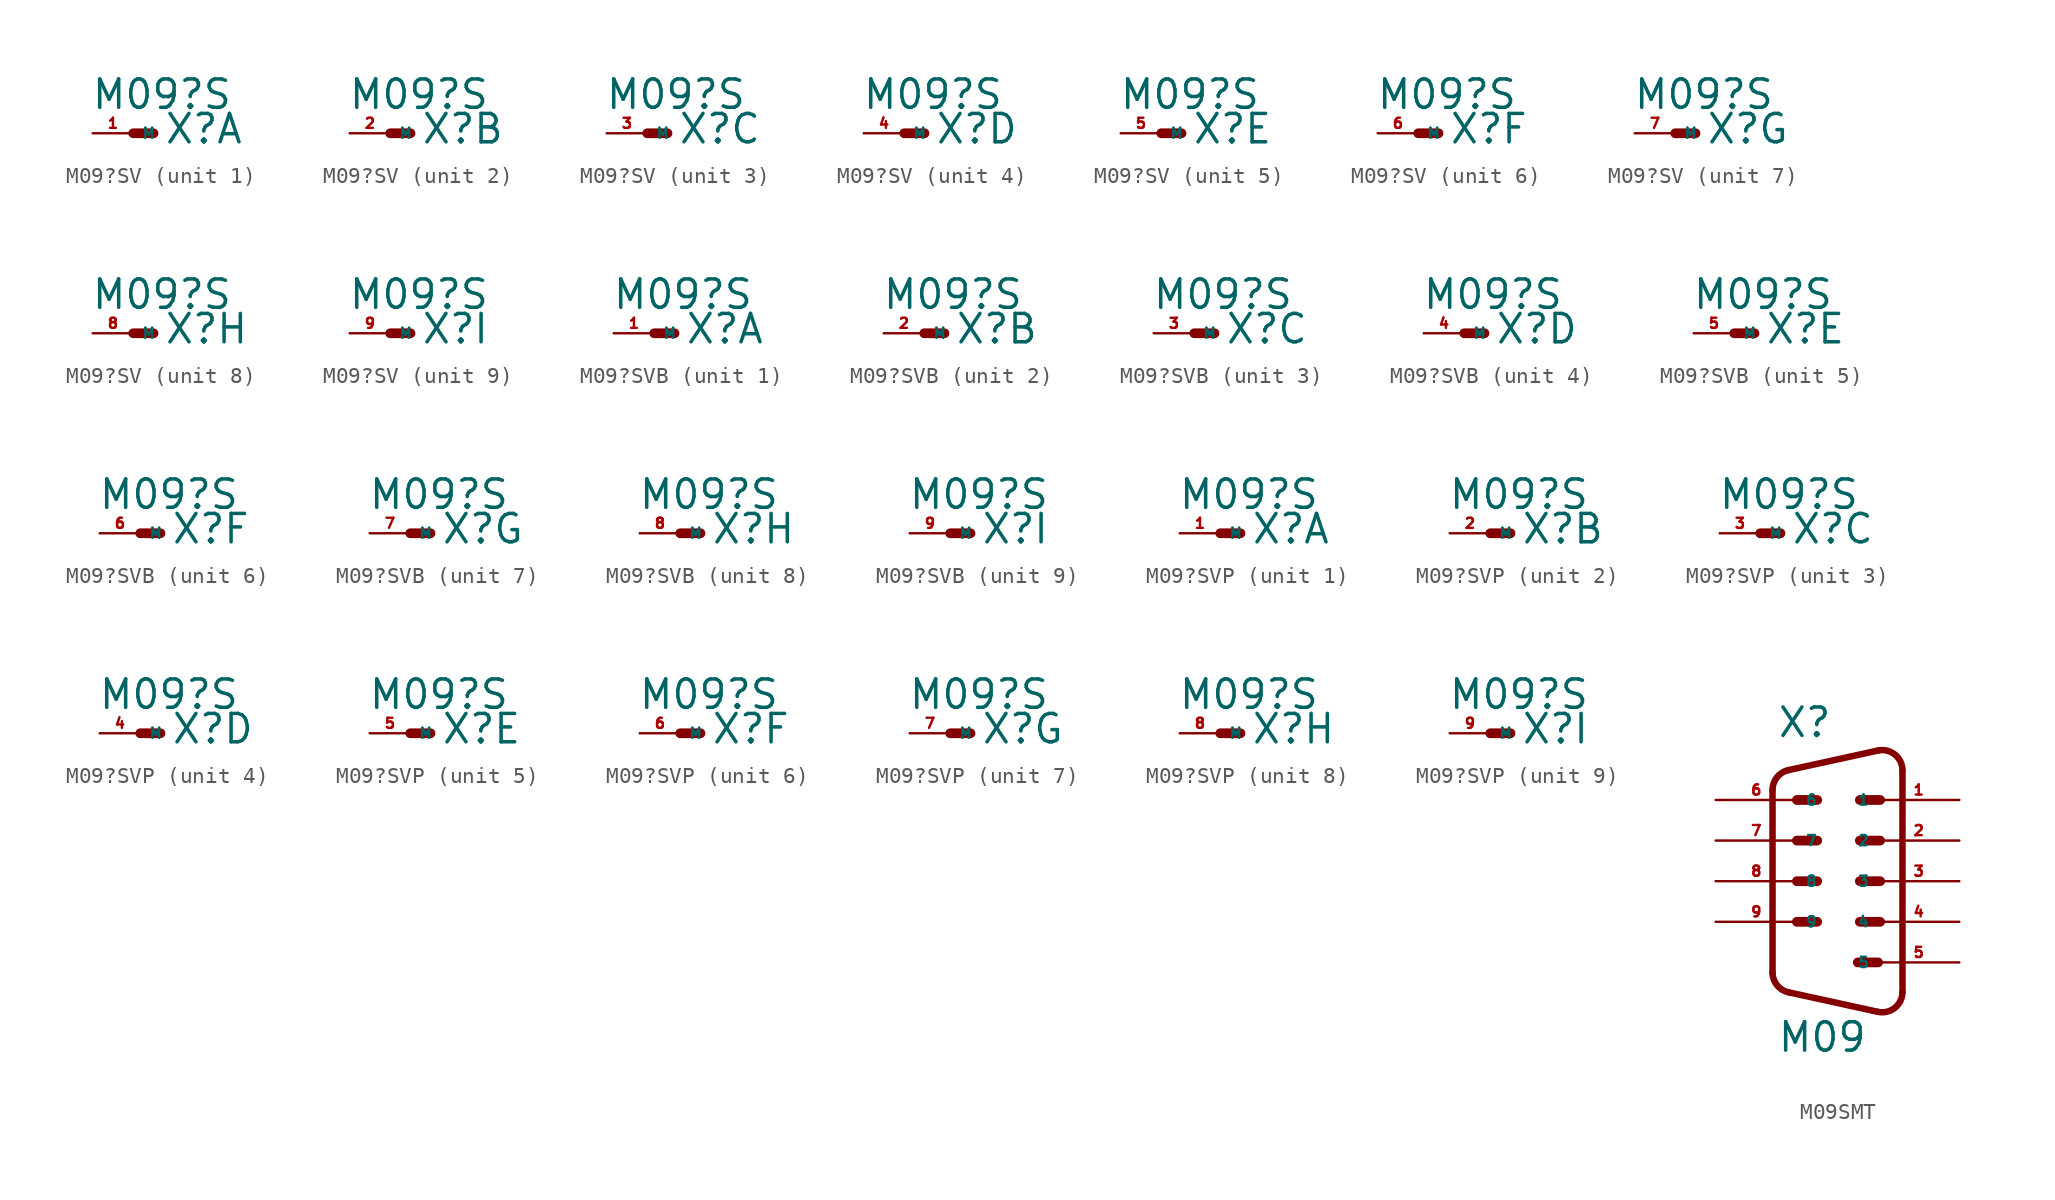
<source format=kicad_sym>
(kicad_symbol_lib
  (version 20220914)
  (generator Eagle2Kicad)
  (symbol "M09?SV"
    (property "Reference" "X"
      (at 1.905 -0.762 0)
      (effects (font (size 1.778 1.778) (thickness 0.22)) (justify left bottom)))
    (property "Value" "M09?S"
      (at -2.667 1.397 0)
      (effects (font (size 1.778 1.778) (thickness 0.22)) (justify left bottom)))
    (symbol "M09?SV_1_0"
      (polyline (pts (xy 0 0) (xy 1.27 0)) (stroke (width 0.61) (type default)) (fill (type none)))
      (pin passive line (at -2.54 0 0) (length 2.54) (name "M" (effects (font (size 0.635 0.635) (thickness 0.08)) (justify left bottom))) (number "1" (effects (font (size 0.635 0.635) (thickness 0.08)) (justify left bottom)))))
    (symbol "M09?SV_2_0"
      (polyline (pts (xy 0 0) (xy 1.27 0)) (stroke (width 0.61) (type default)) (fill (type none)))
      (pin passive line (at -2.54 0 0) (length 2.54) (name "M" (effects (font (size 0.635 0.635) (thickness 0.08)) (justify left bottom))) (number "2" (effects (font (size 0.635 0.635) (thickness 0.08)) (justify left bottom)))))
    (symbol "M09?SV_3_0"
      (polyline (pts (xy 0 0) (xy 1.27 0)) (stroke (width 0.61) (type default)) (fill (type none)))
      (pin passive line (at -2.54 0 0) (length 2.54) (name "M" (effects (font (size 0.635 0.635) (thickness 0.08)) (justify left bottom))) (number "3" (effects (font (size 0.635 0.635) (thickness 0.08)) (justify left bottom)))))
    (symbol "M09?SV_4_0"
      (polyline (pts (xy 0 0) (xy 1.27 0)) (stroke (width 0.61) (type default)) (fill (type none)))
      (pin passive line (at -2.54 0 0) (length 2.54) (name "M" (effects (font (size 0.635 0.635) (thickness 0.08)) (justify left bottom))) (number "4" (effects (font (size 0.635 0.635) (thickness 0.08)) (justify left bottom)))))
    (symbol "M09?SV_5_0"
      (polyline (pts (xy 0 0) (xy 1.27 0)) (stroke (width 0.61) (type default)) (fill (type none)))
      (pin passive line (at -2.54 0 0) (length 2.54) (name "M" (effects (font (size 0.635 0.635) (thickness 0.08)) (justify left bottom))) (number "5" (effects (font (size 0.635 0.635) (thickness 0.08)) (justify left bottom)))))
    (symbol "M09?SV_6_0"
      (polyline (pts (xy 0 0) (xy 1.27 0)) (stroke (width 0.61) (type default)) (fill (type none)))
      (pin passive line (at -2.54 0 0) (length 2.54) (name "M" (effects (font (size 0.635 0.635) (thickness 0.08)) (justify left bottom))) (number "6" (effects (font (size 0.635 0.635) (thickness 0.08)) (justify left bottom)))))
    (symbol "M09?SV_7_0"
      (polyline (pts (xy 0 0) (xy 1.27 0)) (stroke (width 0.61) (type default)) (fill (type none)))
      (pin passive line (at -2.54 0 0) (length 2.54) (name "M" (effects (font (size 0.635 0.635) (thickness 0.08)) (justify left bottom))) (number "7" (effects (font (size 0.635 0.635) (thickness 0.08)) (justify left bottom)))))
    (symbol "M09?SV_8_0"
      (polyline (pts (xy 0 0) (xy 1.27 0)) (stroke (width 0.61) (type default)) (fill (type none)))
      (pin passive line (at -2.54 0 0) (length 2.54) (name "M" (effects (font (size 0.635 0.635) (thickness 0.08)) (justify left bottom))) (number "8" (effects (font (size 0.635 0.635) (thickness 0.08)) (justify left bottom)))))
    (symbol "M09?SV_9_0"
      (polyline (pts (xy 0 0) (xy 1.27 0)) (stroke (width 0.61) (type default)) (fill (type none)))
      (pin passive line (at -2.54 0 0) (length 2.54) (name "M" (effects (font (size 0.635 0.635) (thickness 0.08)) (justify left bottom))) (number "9" (effects (font (size 0.635 0.635) (thickness 0.08)) (justify left bottom))))))
  (symbol "M09?SVB"
    (property "Reference" "X"
      (at 1.905 -0.762 0)
      (effects (font (size 1.778 1.778) (thickness 0.22)) (justify left bottom)))
    (property "Value" "M09?S"
      (at -2.667 1.397 0)
      (effects (font (size 1.778 1.778) (thickness 0.22)) (justify left bottom)))
    (symbol "M09?SVB_1_0"
      (polyline (pts (xy 0 0) (xy 1.27 0)) (stroke (width 0.61) (type default)) (fill (type none)))
      (pin passive line (at -2.54 0 0) (length 2.54) (name "M" (effects (font (size 0.635 0.635) (thickness 0.08)) (justify left bottom))) (number "1" (effects (font (size 0.635 0.635) (thickness 0.08)) (justify left bottom)))))
    (symbol "M09?SVB_2_0"
      (polyline (pts (xy 0 0) (xy 1.27 0)) (stroke (width 0.61) (type default)) (fill (type none)))
      (pin passive line (at -2.54 0 0) (length 2.54) (name "M" (effects (font (size 0.635 0.635) (thickness 0.08)) (justify left bottom))) (number "2" (effects (font (size 0.635 0.635) (thickness 0.08)) (justify left bottom)))))
    (symbol "M09?SVB_3_0"
      (polyline (pts (xy 0 0) (xy 1.27 0)) (stroke (width 0.61) (type default)) (fill (type none)))
      (pin passive line (at -2.54 0 0) (length 2.54) (name "M" (effects (font (size 0.635 0.635) (thickness 0.08)) (justify left bottom))) (number "3" (effects (font (size 0.635 0.635) (thickness 0.08)) (justify left bottom)))))
    (symbol "M09?SVB_4_0"
      (polyline (pts (xy 0 0) (xy 1.27 0)) (stroke (width 0.61) (type default)) (fill (type none)))
      (pin passive line (at -2.54 0 0) (length 2.54) (name "M" (effects (font (size 0.635 0.635) (thickness 0.08)) (justify left bottom))) (number "4" (effects (font (size 0.635 0.635) (thickness 0.08)) (justify left bottom)))))
    (symbol "M09?SVB_5_0"
      (polyline (pts (xy 0 0) (xy 1.27 0)) (stroke (width 0.61) (type default)) (fill (type none)))
      (pin passive line (at -2.54 0 0) (length 2.54) (name "M" (effects (font (size 0.635 0.635) (thickness 0.08)) (justify left bottom))) (number "5" (effects (font (size 0.635 0.635) (thickness 0.08)) (justify left bottom)))))
    (symbol "M09?SVB_6_0"
      (polyline (pts (xy 0 0) (xy 1.27 0)) (stroke (width 0.61) (type default)) (fill (type none)))
      (pin passive line (at -2.54 0 0) (length 2.54) (name "M" (effects (font (size 0.635 0.635) (thickness 0.08)) (justify left bottom))) (number "6" (effects (font (size 0.635 0.635) (thickness 0.08)) (justify left bottom)))))
    (symbol "M09?SVB_7_0"
      (polyline (pts (xy 0 0) (xy 1.27 0)) (stroke (width 0.61) (type default)) (fill (type none)))
      (pin passive line (at -2.54 0 0) (length 2.54) (name "M" (effects (font (size 0.635 0.635) (thickness 0.08)) (justify left bottom))) (number "7" (effects (font (size 0.635 0.635) (thickness 0.08)) (justify left bottom)))))
    (symbol "M09?SVB_8_0"
      (polyline (pts (xy 0 0) (xy 1.27 0)) (stroke (width 0.61) (type default)) (fill (type none)))
      (pin passive line (at -2.54 0 0) (length 2.54) (name "M" (effects (font (size 0.635 0.635) (thickness 0.08)) (justify left bottom))) (number "8" (effects (font (size 0.635 0.635) (thickness 0.08)) (justify left bottom)))))
    (symbol "M09?SVB_9_0"
      (polyline (pts (xy 0 0) (xy 1.27 0)) (stroke (width 0.61) (type default)) (fill (type none)))
      (pin passive line (at -2.54 0 0) (length 2.54) (name "M" (effects (font (size 0.635 0.635) (thickness 0.08)) (justify left bottom))) (number "9" (effects (font (size 0.635 0.635) (thickness 0.08)) (justify left bottom))))))
  (symbol "M09?SVP"
    (property "Reference" "X"
      (at 1.905 -0.762 0)
      (effects (font (size 1.778 1.778) (thickness 0.22)) (justify left bottom)))
    (property "Value" "M09?S"
      (at -2.667 1.397 0)
      (effects (font (size 1.778 1.778) (thickness 0.22)) (justify left bottom)))
    (symbol "M09?SVP_1_0"
      (polyline (pts (xy 0 0) (xy 1.27 0)) (stroke (width 0.61) (type default)) (fill (type none)))
      (pin passive line (at -2.54 0 0) (length 2.54) (name "M" (effects (font (size 0.635 0.635) (thickness 0.08)) (justify left bottom))) (number "1" (effects (font (size 0.635 0.635) (thickness 0.08)) (justify left bottom)))))
    (symbol "M09?SVP_2_0"
      (polyline (pts (xy 0 0) (xy 1.27 0)) (stroke (width 0.61) (type default)) (fill (type none)))
      (pin passive line (at -2.54 0 0) (length 2.54) (name "M" (effects (font (size 0.635 0.635) (thickness 0.08)) (justify left bottom))) (number "2" (effects (font (size 0.635 0.635) (thickness 0.08)) (justify left bottom)))))
    (symbol "M09?SVP_3_0"
      (polyline (pts (xy 0 0) (xy 1.27 0)) (stroke (width 0.61) (type default)) (fill (type none)))
      (pin passive line (at -2.54 0 0) (length 2.54) (name "M" (effects (font (size 0.635 0.635) (thickness 0.08)) (justify left bottom))) (number "3" (effects (font (size 0.635 0.635) (thickness 0.08)) (justify left bottom)))))
    (symbol "M09?SVP_4_0"
      (polyline (pts (xy 0 0) (xy 1.27 0)) (stroke (width 0.61) (type default)) (fill (type none)))
      (pin passive line (at -2.54 0 0) (length 2.54) (name "M" (effects (font (size 0.635 0.635) (thickness 0.08)) (justify left bottom))) (number "4" (effects (font (size 0.635 0.635) (thickness 0.08)) (justify left bottom)))))
    (symbol "M09?SVP_5_0"
      (polyline (pts (xy 0 0) (xy 1.27 0)) (stroke (width 0.61) (type default)) (fill (type none)))
      (pin passive line (at -2.54 0 0) (length 2.54) (name "M" (effects (font (size 0.635 0.635) (thickness 0.08)) (justify left bottom))) (number "5" (effects (font (size 0.635 0.635) (thickness 0.08)) (justify left bottom)))))
    (symbol "M09?SVP_6_0"
      (polyline (pts (xy 0 0) (xy 1.27 0)) (stroke (width 0.61) (type default)) (fill (type none)))
      (pin passive line (at -2.54 0 0) (length 2.54) (name "M" (effects (font (size 0.635 0.635) (thickness 0.08)) (justify left bottom))) (number "6" (effects (font (size 0.635 0.635) (thickness 0.08)) (justify left bottom)))))
    (symbol "M09?SVP_7_0"
      (polyline (pts (xy 0 0) (xy 1.27 0)) (stroke (width 0.61) (type default)) (fill (type none)))
      (pin passive line (at -2.54 0 0) (length 2.54) (name "M" (effects (font (size 0.635 0.635) (thickness 0.08)) (justify left bottom))) (number "7" (effects (font (size 0.635 0.635) (thickness 0.08)) (justify left bottom)))))
    (symbol "M09?SVP_8_0"
      (polyline (pts (xy 0 0) (xy 1.27 0)) (stroke (width 0.61) (type default)) (fill (type none)))
      (pin passive line (at -2.54 0 0) (length 2.54) (name "M" (effects (font (size 0.635 0.635) (thickness 0.08)) (justify left bottom))) (number "8" (effects (font (size 0.635 0.635) (thickness 0.08)) (justify left bottom)))))
    (symbol "M09?SVP_9_0"
      (polyline (pts (xy 0 0) (xy 1.27 0)) (stroke (width 0.61) (type default)) (fill (type none)))
      (pin passive line (at -2.54 0 0) (length 2.54) (name "M" (effects (font (size 0.635 0.635) (thickness 0.08)) (justify left bottom))) (number "9" (effects (font (size 0.635 0.635) (thickness 0.08)) (justify left bottom))))))
  (symbol "M09SMT"
    (property "Reference" "X"
      (at -3.81 8.89 0)
      (effects (font (size 1.778 1.778) (thickness 0.22)) (justify left bottom)))
    (property "Value" "M09"
      (at -3.81 -10.795 0)
      (effects (font (size 1.778 1.778) (thickness 0.22)) (justify left bottom)))
    (polyline
      (pts (xy -2.54 5.08) (xy -1.27 5.08))
      (stroke (width 0.61) (type default))
      (fill (type none)))
    (polyline
      (pts (xy -2.54 2.54) (xy -1.27 2.54))
      (stroke (width 0.61) (type default))
      (fill (type none)))
    (polyline
      (pts (xy 1.397 5.08) (xy 2.667 5.08))
      (stroke (width 0.61) (type default))
      (fill (type none)))
    (polyline
      (pts (xy 1.397 2.54) (xy 2.667 2.54))
      (stroke (width 0.61) (type default))
      (fill (type none)))
    (polyline
      (pts (xy -2.54 0) (xy -1.27 0))
      (stroke (width 0.61) (type default))
      (fill (type none)))
    (polyline
      (pts (xy -2.54 -2.54) (xy -1.27 -2.54))
      (stroke (width 0.61) (type default))
      (fill (type none)))
    (polyline
      (pts (xy 1.397 0) (xy 2.667 0))
      (stroke (width 0.61) (type default))
      (fill (type none)))
    (polyline
      (pts (xy 1.397 -2.54) (xy 2.667 -2.54))
      (stroke (width 0.61) (type default))
      (fill (type none)))
    (polyline
      (pts (xy 1.27 -5.08) (xy 2.54 -5.08))
      (stroke (width 0.61) (type default))
      (fill (type none)))
    (arc
      (start 2.5226 -8.1718)
      (mid 3.590 -7.920)
      (end 4.0637 -6.9312)
      (stroke (width 0.4064) (type default))
      (fill (type none)))
    (polyline
      (pts (xy 2.523 -8.172) (xy -3.065 -6.949))
      (stroke (width 0.406) (type default))
      (fill (type none)))
    (arc
      (start -4.064 -5.7088)
      (mid -3.783 -6.505)
      (end -3.0654 -6.9494)
      (stroke (width 0.4064) (type default))
      (fill (type none)))
    (polyline
      (pts (xy -4.064 5.709) (xy -4.064 -5.709))
      (stroke (width 0.406) (type default))
      (fill (type none)))
    (arc
      (start -3.0654 6.9494)
      (mid -3.783 6.505)
      (end -4.064 5.7088)
      (stroke (width 0.4064) (type default))
      (fill (type none)))
    (polyline
      (pts (xy 4.064 6.931) (xy 4.064 -6.931))
      (stroke (width 0.406) (type default))
      (fill (type none)))
    (polyline
      (pts (xy 2.523 8.172) (xy -3.065 6.949))
      (stroke (width 0.406) (type default))
      (fill (type none)))
    (arc
      (start 4.064 6.9312)
      (mid 3.590 7.921)
      (end 2.5226 8.1719)
      (stroke (width 0.4064) (type default))
      (fill (type none)))
    (pin passive line
      (at 7.62 5.08 180)
      (length 5.08)
      (name "1" (effects (font (size 0.635 0.635) (thickness 0.08)) (justify left bottom)))
      (number "1" (effects (font (size 0.635 0.635) (thickness 0.08)) (justify left bottom))))
    (pin passive line
      (at -7.62 5.08 0)
      (length 5.08)
      (name "6" (effects (font (size 0.635 0.635) (thickness 0.08)) (justify left bottom)))
      (number "6" (effects (font (size 0.635 0.635) (thickness 0.08)) (justify left bottom))))
    (pin passive line
      (at 7.62 2.54 180)
      (length 5.08)
      (name "2" (effects (font (size 0.635 0.635) (thickness 0.08)) (justify left bottom)))
      (number "2" (effects (font (size 0.635 0.635) (thickness 0.08)) (justify left bottom))))
    (pin passive line
      (at -7.62 2.54 0)
      (length 5.08)
      (name "7" (effects (font (size 0.635 0.635) (thickness 0.08)) (justify left bottom)))
      (number "7" (effects (font (size 0.635 0.635) (thickness 0.08)) (justify left bottom))))
    (pin passive line
      (at 7.62 0 180)
      (length 5.08)
      (name "3" (effects (font (size 0.635 0.635) (thickness 0.08)) (justify left bottom)))
      (number "3" (effects (font (size 0.635 0.635) (thickness 0.08)) (justify left bottom))))
    (pin passive line
      (at -7.62 0 0)
      (length 5.08)
      (name "8" (effects (font (size 0.635 0.635) (thickness 0.08)) (justify left bottom)))
      (number "8" (effects (font (size 0.635 0.635) (thickness 0.08)) (justify left bottom))))
    (pin passive line
      (at 7.62 -2.54 180)
      (length 5.08)
      (name "4" (effects (font (size 0.635 0.635) (thickness 0.08)) (justify left bottom)))
      (number "4" (effects (font (size 0.635 0.635) (thickness 0.08)) (justify left bottom))))
    (pin passive line
      (at -7.62 -2.54 0)
      (length 5.08)
      (name "9" (effects (font (size 0.635 0.635) (thickness 0.08)) (justify left bottom)))
      (number "9" (effects (font (size 0.635 0.635) (thickness 0.08)) (justify left bottom))))
    (pin passive line
      (at 7.62 -5.08 180)
      (length 5.08)
      (name "5" (effects (font (size 0.635 0.635) (thickness 0.08)) (justify left bottom)))
      (number "5" (effects (font (size 0.635 0.635) (thickness 0.08)) (justify left bottom))))))
</source>
